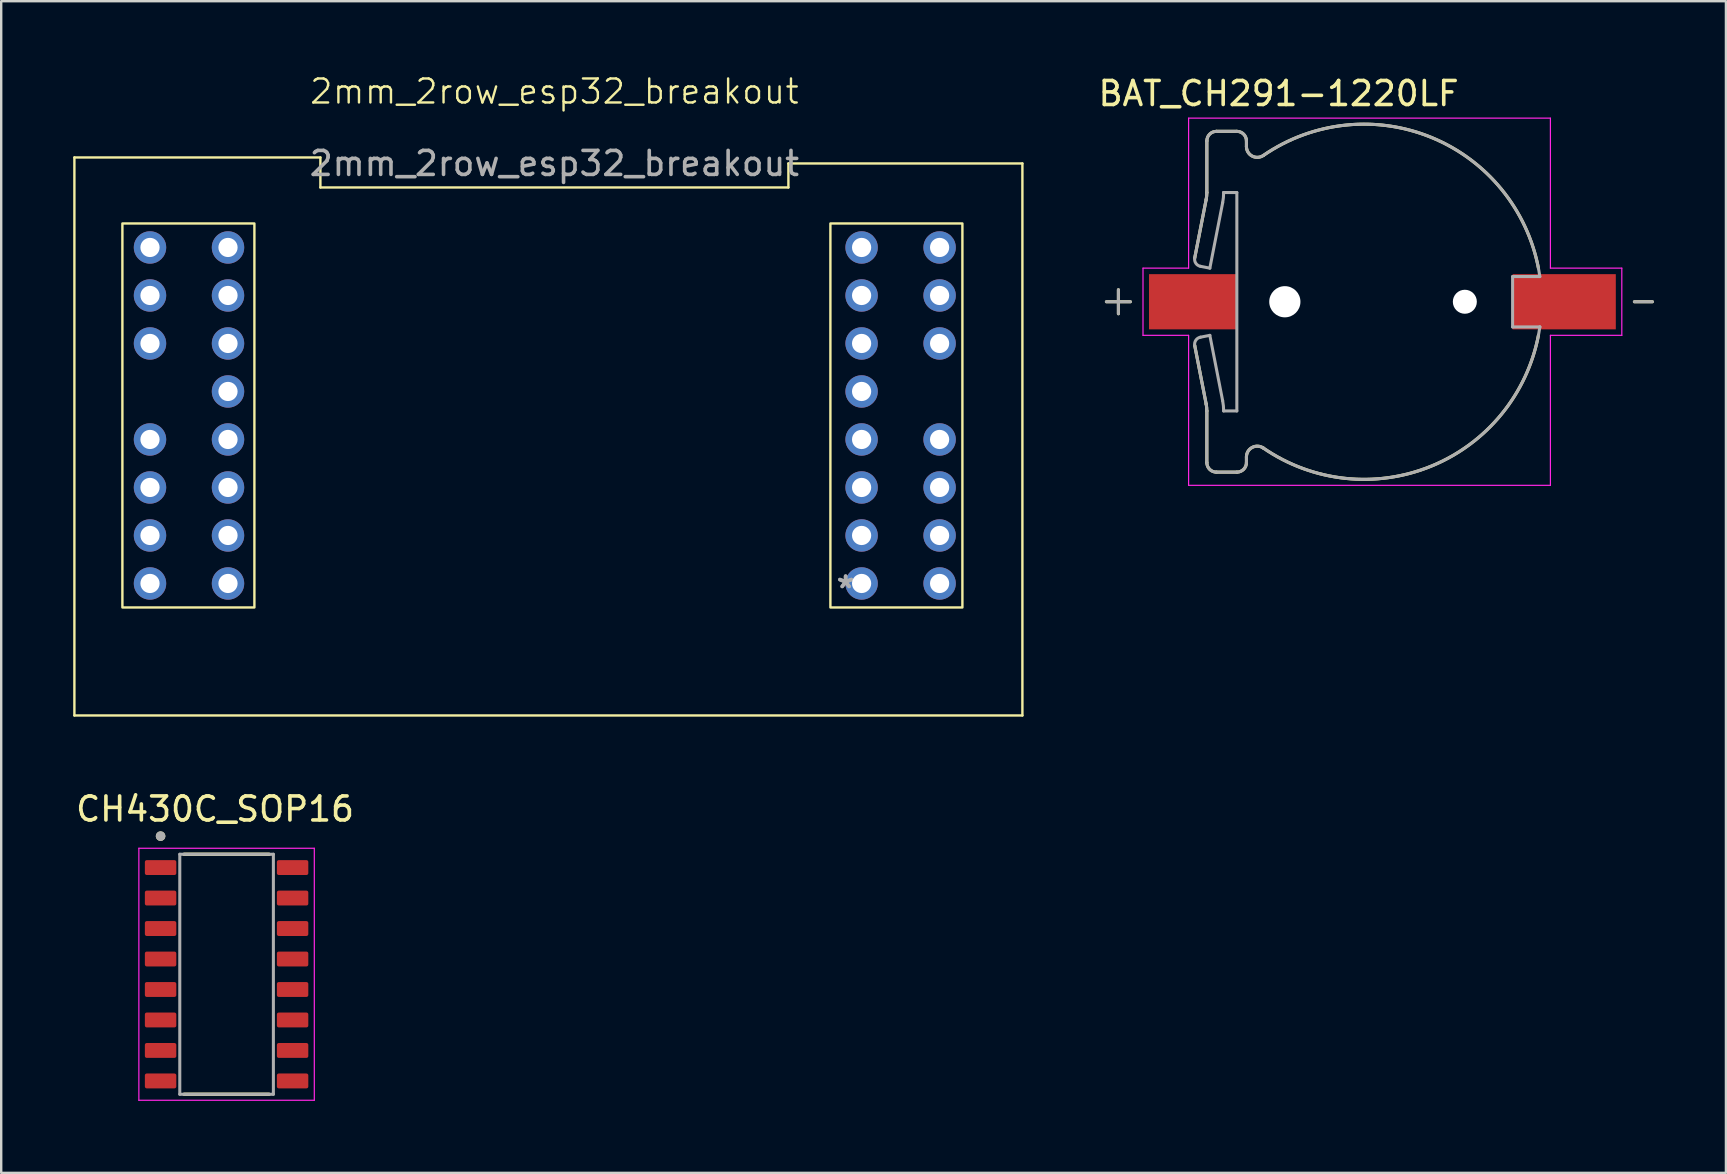
<source format=kicad_pcb>
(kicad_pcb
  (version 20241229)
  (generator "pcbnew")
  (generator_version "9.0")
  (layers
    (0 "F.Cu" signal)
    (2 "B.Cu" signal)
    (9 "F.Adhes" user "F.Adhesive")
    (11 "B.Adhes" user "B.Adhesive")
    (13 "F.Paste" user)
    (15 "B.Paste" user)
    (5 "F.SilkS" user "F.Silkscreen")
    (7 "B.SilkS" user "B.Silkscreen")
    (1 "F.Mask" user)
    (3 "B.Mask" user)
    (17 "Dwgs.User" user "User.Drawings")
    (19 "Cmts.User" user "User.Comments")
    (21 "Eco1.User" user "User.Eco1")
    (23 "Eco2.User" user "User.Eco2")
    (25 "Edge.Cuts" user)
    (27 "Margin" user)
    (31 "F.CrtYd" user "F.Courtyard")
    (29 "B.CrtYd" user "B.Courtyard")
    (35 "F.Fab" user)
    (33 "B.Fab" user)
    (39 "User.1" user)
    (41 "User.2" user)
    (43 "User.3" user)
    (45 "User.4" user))
  (footprint "BAT_CH291-1220LF"
    (layer "F.Cu")
    (at 54.55 9.523)
    (property "Reference" "BAT_CH291-1220LF" (at -4.325 -8.675 0) (layer "F.SilkS") (effects (font (size 1 1) (thickness 0.15))))
    (attr smd)
    (fp_line (start -11 -0.5) (end -11 0.5) (stroke (width 0.127) (type solid)) (layer "F.SilkS"))
    (fp_line (start -10.5 0) (end -11.5 0) (stroke (width 0.127) (type solid)) (layer "F.SilkS"))
    (fp_line (start -7.819 1.829) (end -7.343 4.262) (stroke (width 0.127) (type solid)) (layer "F.SilkS"))
    (fp_line (start -7.343 -4.262) (end -7.819 -1.829) (stroke (width 0.127) (type solid)) (layer "F.SilkS"))
    (fp_line (start -7.315 -6.7) (end -7.315 -4.55) (stroke (width 0.127) (type solid)) (layer "F.SilkS"))
    (fp_line (start -7.315 4.55) (end -7.315 6.7) (stroke (width 0.127) (type solid)) (layer "F.SilkS"))
    (fp_line (start -6.065 -7.1) (end -6.915 -7.1) (stroke (width 0.127) (type solid)) (layer "F.SilkS"))
    (fp_line (start -6.065 7.1) (end -6.915 7.1) (stroke (width 0.127) (type solid)) (layer "F.SilkS"))
    (fp_line (start -5.665 -6.7) (end -5.665 -6.467) (stroke (width 0.127) (type solid)) (layer "F.SilkS"))
    (fp_line (start -5.665 6.467) (end -5.665 6.7) (stroke (width 0.127) (type solid)) (layer "F.SilkS"))
    (fp_line (start 10.5 0) (end 11.25 0) (stroke (width 0.127) (type solid)) (layer "F.SilkS"))
    (fp_arc (start -7.34297 4.26171) (mid -7.32201 4.405178) (end -7.315 4.55) (stroke (width 0.127) (type solid)) (layer "F.SilkS"))
    (fp_arc (start -7.315 -6.7) (mid -7.197843 -6.982843) (end -6.915 -7.1) (stroke (width 0.127) (type solid)) (layer "F.SilkS"))
    (fp_arc (start -7.31499 -4.55) (mid -7.322 -4.405178) (end -7.34296 -4.26171) (stroke (width 0.127) (type solid)) (layer "F.SilkS"))
    (fp_arc (start -6.915 7.1) (mid -7.197843 6.982843) (end -7.315 6.7) (stroke (width 0.127) (type solid)) (layer "F.SilkS"))
    (fp_arc (start -6.065 -7.1) (mid -5.782157 -6.982843) (end -5.665 -6.7) (stroke (width 0.127) (type solid)) (layer "F.SilkS"))
    (fp_arc (start -5.665 6.46684) (mid -5.42441 6.068534) (end -4.9599 6.09613) (stroke (width 0.127) (type solid)) (layer "F.SilkS"))
    (fp_arc (start -5.665 6.7) (mid -5.782157 6.982843) (end -6.065 7.1) (stroke (width 0.127) (type solid)) (layer "F.SilkS"))
    (fp_arc (start -4.9599 -6.09613) (mid -5.42441 -6.068534) (end -5.665 -6.46684) (stroke (width 0.127) (type solid)) (layer "F.SilkS"))
    (fp_arc (start -4.9599 -6.09613) (mid 2.040681 -6.847477) (end 6.501359 -1.4) (stroke (width 0.127) (type solid)) (layer "F.SilkS"))
    (fp_arc (start 6.50136 1.4) (mid 2.040681 6.847478) (end -4.9599 6.09613) (stroke (width 0.127) (type solid)) (layer "F.SilkS"))
    (fp_line (start -9.975 -1.4) (end -8.075 -1.4) (stroke (width 0.05) (type solid)) (layer "F.CrtYd"))
    (fp_line (start -9.975 1.4) (end -9.975 -1.4) (stroke (width 0.05) (type solid)) (layer "F.CrtYd"))
    (fp_line (start -8.075 -7.65) (end 7 -7.65) (stroke (width 0.05) (type solid)) (layer "F.CrtYd"))
    (fp_line (start -8.075 -1.4) (end -8.075 -7.65) (stroke (width 0.05) (type solid)) (layer "F.CrtYd"))
    (fp_line (start -8.075 1.4) (end -9.975 1.4) (stroke (width 0.05) (type solid)) (layer "F.CrtYd"))
    (fp_line (start -8.075 7.65) (end -8.075 1.4) (stroke (width 0.05) (type solid)) (layer "F.CrtYd"))
    (fp_line (start 7 -7.65) (end 7 -1.4) (stroke (width 0.05) (type solid)) (layer "F.CrtYd"))
    (fp_line (start 7 -1.4) (end 9.975 -1.4) (stroke (width 0.05) (type solid)) (layer "F.CrtYd"))
    (fp_line (start 7 1.4) (end 7 7.65) (stroke (width 0.05) (type solid)) (layer "F.CrtYd"))
    (fp_line (start 7 7.65) (end -8.075 7.65) (stroke (width 0.05) (type solid)) (layer "F.CrtYd"))
    (fp_line (start 9.975 -1.4) (end 9.975 1.4) (stroke (width 0.05) (type solid)) (layer "F.CrtYd"))
    (fp_line (start 9.975 1.4) (end 7 1.4) (stroke (width 0.05) (type solid)) (layer "F.CrtYd"))
    (fp_line (start -11.5 0) (end -10.5 0) (stroke (width 0.127) (type solid)) (layer "F.Fab"))
    (fp_line (start -11 -0.5) (end -11 0.5) (stroke (width 0.127) (type solid)) (layer "F.Fab"))
    (fp_line (start -7.819 1.829) (end -7.343 4.262) (stroke (width 0.127) (type solid)) (layer "F.Fab"))
    (fp_line (start -7.583 -1.477) (end -7.19 -1.4) (stroke (width 0.127) (type solid)) (layer "F.Fab"))
    (fp_line (start -7.343 -4.262) (end -7.819 -1.829) (stroke (width 0.127) (type solid)) (layer "F.Fab"))
    (fp_line (start -7.315 -6.7) (end -7.315 -4.55) (stroke (width 0.127) (type solid)) (layer "F.Fab"))
    (fp_line (start -7.315 4.55) (end -7.315 6.7) (stroke (width 0.127) (type solid)) (layer "F.Fab"))
    (fp_line (start -7.19 -1.4) (end -6.656 -4.127) (stroke (width 0.127) (type solid)) (layer "F.Fab"))
    (fp_line (start -7.19 1.4) (end -7.583 1.477) (stroke (width 0.127) (type solid)) (layer "F.Fab"))
    (fp_line (start -6.656 4.127) (end -7.19 1.4) (stroke (width 0.127) (type solid)) (layer "F.Fab"))
    (fp_line (start -6.615 -4.55) (end -6.615 -4.55) (stroke (width 0.127) (type solid)) (layer "F.Fab"))
    (fp_line (start -6.615 -4.55) (end -6.065 -4.55) (stroke (width 0.127) (type solid)) (layer "F.Fab"))
    (fp_line (start -6.065 -7.1) (end -6.915 -7.1) (stroke (width 0.127) (type solid)) (layer "F.Fab"))
    (fp_line (start -6.065 -4.55) (end -6.065 4.55) (stroke (width 0.127) (type solid)) (layer "F.Fab"))
    (fp_line (start -6.065 4.55) (end -6.615 4.55) (stroke (width 0.127) (type solid)) (layer "F.Fab"))
    (fp_line (start -6.065 7.1) (end -6.915 7.1) (stroke (width 0.127) (type solid)) (layer "F.Fab"))
    (fp_line (start -5.665 -6.7) (end -5.665 -6.467) (stroke (width 0.127) (type solid)) (layer "F.Fab"))
    (fp_line (start -5.665 6.467) (end -5.665 6.7) (stroke (width 0.127) (type solid)) (layer "F.Fab"))
    (fp_line (start 5.425 -1.05) (end 5.425 1.05) (stroke (width 0.127) (type solid)) (layer "F.Fab"))
    (fp_line (start 5.425 1.05) (end 6.56 1.05) (stroke (width 0.127) (type solid)) (layer "F.Fab"))
    (fp_line (start 6.56 -1.05) (end 5.425 -1.05) (stroke (width 0.127) (type solid)) (layer "F.Fab"))
    (fp_line (start 6.56 1.05) (end 6.56 1.05) (stroke (width 0.127) (type solid)) (layer "F.Fab"))
    (fp_line (start 10.5 0) (end 11.25 0) (stroke (width 0.127) (type solid)) (layer "F.Fab"))
    (fp_arc (start -7.8194 1.82894) (mid -7.773943 1.603881) (end -7.58266 1.47688) (stroke (width 0.127) (type solid)) (layer "F.Fab"))
    (fp_arc (start -7.58266 -1.47687) (mid -7.77395 -1.603873) (end -7.81941 -1.82894) (stroke (width 0.127) (type solid)) (layer "F.Fab"))
    (fp_arc (start -7.34297 4.26171) (mid -7.32201 4.405178) (end -7.315 4.55) (stroke (width 0.127) (type solid)) (layer "F.Fab"))
    (fp_arc (start -7.315 -6.7) (mid -7.197843 -6.982843) (end -6.915 -7.1) (stroke (width 0.127) (type solid)) (layer "F.Fab"))
    (fp_arc (start -7.31499 -4.55) (mid -7.322 -4.405178) (end -7.34296 -4.26171) (stroke (width 0.127) (type solid)) (layer "F.Fab"))
    (fp_arc (start -6.915 7.1) (mid -7.197843 6.982843) (end -7.315 6.7) (stroke (width 0.127) (type solid)) (layer "F.Fab"))
    (fp_arc (start -6.65601 4.12718) (mid -6.625276 4.337598) (end -6.615 4.55) (stroke (width 0.127) (type solid)) (layer "F.Fab"))
    (fp_arc (start -6.615 -4.55) (mid -6.625276 -4.337598) (end -6.65601 -4.12718) (stroke (width 0.127) (type solid)) (layer "F.Fab"))
    (fp_arc (start -6.065 -7.1) (mid -5.782157 -6.982843) (end -5.665 -6.7) (stroke (width 0.127) (type solid)) (layer "F.Fab"))
    (fp_arc (start -5.665 6.46684) (mid -5.42441 6.068534) (end -4.9599 6.09613) (stroke (width 0.127) (type solid)) (layer "F.Fab"))
    (fp_arc (start -5.665 6.7) (mid -5.782157 6.982843) (end -6.065 7.1) (stroke (width 0.127) (type solid)) (layer "F.Fab"))
    (fp_arc (start -4.9599 -6.09613) (mid -5.42441 -6.068534) (end -5.665 -6.46684) (stroke (width 0.127) (type solid)) (layer "F.Fab"))
    (fp_arc (start -4.9599 -6.09613) (mid 2.204089 -6.778258) (end 6.56013 -1.05) (stroke (width 0.127) (type solid)) (layer "F.Fab"))
    (fp_arc (start 6.56013 1.05) (mid 2.204074 6.778225) (end -4.959901 6.09613) (stroke (width 0.127) (type solid)) (layer "F.Fab"))
    (pad "" np_thru_hole circle (at -4.065 0) (size 1.3 1.3) (drill 1.3) (layers "*.Cu" "*.Mask"))
    (pad "" np_thru_hole circle (at 3.435 0) (size 1 1) (drill 1) (layers "*.Cu" "*.Mask"))
    (pad "N" smd rect (at 7.575 0) (size 4.3 2.3) (layers "F.Cu" "F.Mask" "F.Paste"))
    (pad "P" smd rect (at -7.895 0) (size 3.66 2.3) (layers "F.Cu" "F.Mask" "F.Paste")))
  (footprint "2mm_2row_esp32_breakout"
    (layer "F.Cu")
    (at 19.65 14.261)
    (property "Reference" "2mm_2row_esp32_breakout" (at 0.4 -13.5 0) (unlocked yes) (layer "F.SilkS") (effects (font (size 1 1) (thickness 0.1))))
    (attr through_hole)
    (fp_line (start -19.6 -10.75) (end -19.6 12.5) (stroke (width 0.1) (type default)) (layer "F.SilkS"))
    (fp_line (start -19.6 -10.75) (end -9.35 -10.75) (stroke (width 0.1) (type default)) (layer "F.SilkS"))
    (fp_line (start -9.35 -10.75) (end -9.35 -9.5) (stroke (width 0.1) (type default)) (layer "F.SilkS"))
    (fp_line (start -9.35 -9.5) (end 10.15 -9.5) (stroke (width 0.1) (type default)) (layer "F.SilkS"))
    (fp_line (start 10.15 -10.5) (end 10.15 -9.5) (stroke (width 0.1) (type default)) (layer "F.SilkS"))
    (fp_line (start 10.15 -10.5) (end 19.9 -10.5) (stroke (width 0.1) (type default)) (layer "F.SilkS"))
    (fp_line (start 19.9 -10.5) (end 19.9 12.5) (stroke (width 0.1) (type default)) (layer "F.SilkS"))
    (fp_line (start 19.9 12.5) (end -19.6 12.5) (stroke (width 0.1) (type default)) (layer "F.SilkS"))
    (fp_rect (start -17.6 -8) (end -12.1 8) (stroke (width 0.1) (type default)) (fill no) (layer "F.SilkS"))
    (fp_rect (start 11.9 -8) (end 17.4 8) (stroke (width 0.1) (type default)) (fill no) (layer "F.SilkS"))
    (fp_text user "*" (at 12.534 7.24 0) (unlocked yes) (layer "F.Fab") (effects (font (size 1 1) (thickness 0.15))))
    (fp_text user "*" (at 12.534 7.24 0) (layer "F.Fab") (effects (font (size 1 1) (thickness 0.15))))
    (fp_text user "${REFERENCE}" (at 0.4 -10.5 0) (unlocked yes) (layer "F.Fab") (effects (font (size 1 1) (thickness 0.15))))
    (pad "1" thru_hole circle (at -16.45 -3) (size 1.35 1.35) (drill 0.8) (layers "*.Cu" "*.Mask"))
    (pad "2" thru_hole oval (at -16.45 -5) (size 1.35 1.35) (drill 0.8) (layers "*.Cu" "*.Mask"))
    (pad "3" thru_hole oval (at -16.45 -7) (size 1.35 1.35) (drill 0.8) (layers "*.Cu" "*.Mask"))
    (pad "4" thru_hole circle (at -13.2 -7) (size 1.35 1.35) (drill 0.8) (layers "*.Cu" "*.Mask"))
    (pad "5" thru_hole oval (at -13.2 -5) (size 1.35 1.35) (drill 0.8) (layers "*.Cu" "*.Mask"))
    (pad "6" thru_hole oval (at -13.2 -3) (size 1.35 1.35) (drill 0.8) (layers "*.Cu" "*.Mask"))
    (pad "7" thru_hole oval (at -13.2 -1) (size 1.35 1.35) (drill 0.8) (layers "*.Cu" "*.Mask"))
    (pad "8" thru_hole oval (at -13.2 1) (size 1.35 1.35) (drill 0.8) (layers "*.Cu" "*.Mask"))
    (pad "9" thru_hole oval (at -13.2 3) (size 1.35 1.35) (drill 0.8) (layers "*.Cu" "*.Mask"))
    (pad "10" thru_hole oval (at -13.2 5) (size 1.35 1.35) (drill 0.8) (layers "*.Cu" "*.Mask"))
    (pad "11" thru_hole oval (at -13.2 7) (size 1.35 1.35) (drill 0.8) (layers "*.Cu" "*.Mask"))
    (pad "12" thru_hole circle (at -16.45 7) (size 1.35 1.35) (drill 0.8) (layers "*.Cu" "*.Mask"))
    (pad "13" thru_hole oval (at -16.45 5) (size 1.35 1.35) (drill 0.8) (layers "*.Cu" "*.Mask"))
    (pad "14" thru_hole oval (at -16.45 3) (size 1.35 1.35) (drill 0.8) (layers "*.Cu" "*.Mask"))
    (pad "15" thru_hole oval (at -16.45 1) (size 1.35 1.35) (drill 0.8) (layers "*.Cu" "*.Mask"))
    (pad "16" thru_hole circle (at 16.45 -3) (size 1.35 1.35) (drill 0.8) (layers "*.Cu" "*.Mask"))
    (pad "17" thru_hole oval (at 16.45 -5) (size 1.35 1.35) (drill 0.8) (layers "*.Cu" "*.Mask"))
    (pad "18" thru_hole oval (at 16.45 -7) (size 1.35 1.35) (drill 0.8) (layers "*.Cu" "*.Mask"))
    (pad "19" thru_hole circle (at 13.2 -7) (size 1.35 1.35) (drill 0.8) (layers "*.Cu" "*.Mask"))
    (pad "20" thru_hole oval (at 13.2 -5) (size 1.35 1.35) (drill 0.8) (layers "*.Cu" "*.Mask"))
    (pad "21" thru_hole oval (at 13.2 -3) (size 1.35 1.35) (drill 0.8) (layers "*.Cu" "*.Mask"))
    (pad "22" thru_hole oval (at 13.2 -1) (size 1.35 1.35) (drill 0.8) (layers "*.Cu" "*.Mask"))
    (pad "23" thru_hole oval (at 13.2 1) (size 1.35 1.35) (drill 0.8) (layers "*.Cu" "*.Mask"))
    (pad "24" thru_hole oval (at 13.2 3) (size 1.35 1.35) (drill 0.8) (layers "*.Cu" "*.Mask"))
    (pad "25" thru_hole oval (at 13.2 5) (size 1.35 1.35) (drill 0.8) (layers "*.Cu" "*.Mask"))
    (pad "26" thru_hole oval (at 13.2 7) (size 1.35 1.35) (drill 0.8) (layers "*.Cu" "*.Mask"))
    (pad "27" thru_hole circle (at 16.45 7) (size 1.35 1.35) (drill 0.8) (layers "*.Cu" "*.Mask"))
    (pad "28" thru_hole oval (at 16.45 5) (size 1.35 1.35) (drill 0.8) (layers "*.Cu" "*.Mask"))
    (pad "29" thru_hole oval (at 16.45 3) (size 1.35 1.35) (drill 0.8) (layers "*.Cu" "*.Mask"))
    (pad "30" thru_hole oval (at 16.45 1) (size 1.35 1.35) (drill 0.8) (layers "*.Cu" "*.Mask")))
  (footprint "CH430C_SOP16"
    (layer "F.Cu")
    (at 6.391 37.544)
    (property "Reference" "CH430C_SOP16" (at -0.48 -6.885 0) (layer "F.SilkS") (effects (font (size 1 1) (thickness 0.15))))
    (attr smd)
    (fp_line (start -1.775 -5) (end 1.775 -5) (stroke (width 0.127) (type solid)) (layer "F.SilkS"))
    (fp_line (start -1.775 -5) (end 1.775 -5) (stroke (width 0.127) (type solid)) (layer "F.SilkS"))
    (fp_line (start -1.775 5) (end 1.775 5) (stroke (width 0.127) (type solid)) (layer "F.SilkS"))
    (fp_line (start -1.775 5) (end 1.775 5) (stroke (width 0.127) (type solid)) (layer "F.SilkS"))
    (fp_circle (center -2.75 -5.755) (end -2.65 -5.755) (stroke (width 0.2) (type solid)) (fill no) (layer "F.SilkS"))
    (fp_line (start -3.655 -5.25) (end -3.655 5.25) (stroke (width 0.05) (type solid)) (layer "F.CrtYd"))
    (fp_line (start -3.655 5.25) (end 3.655 5.25) (stroke (width 0.05) (type solid)) (layer "F.CrtYd"))
    (fp_line (start 3.655 -5.25) (end -3.655 -5.25) (stroke (width 0.05) (type solid)) (layer "F.CrtYd"))
    (fp_line (start 3.655 5.25) (end 3.655 -5.25) (stroke (width 0.05) (type solid)) (layer "F.CrtYd"))
    (fp_line (start -1.95 -5) (end -1.95 5) (stroke (width 0.127) (type solid)) (layer "F.Fab"))
    (fp_line (start -1.95 -5) (end 1.95 -5) (stroke (width 0.127) (type solid)) (layer "F.Fab"))
    (fp_line (start -1.95 5) (end 1.95 5) (stroke (width 0.127) (type solid)) (layer "F.Fab"))
    (fp_line (start 1.95 -5) (end 1.95 5) (stroke (width 0.127) (type solid)) (layer "F.Fab"))
    (fp_circle (center -2.75 -5.755) (end -2.65 -5.755) (stroke (width 0.2) (type solid)) (fill no) (layer "F.Fab"))
    (pad "1" smd roundrect (at -2.75 -4.445) (size 1.31 0.62) (layers "F.Cu" "F.Mask" "F.Paste") (roundrect_rratio 0.125))
    (pad "2" smd roundrect (at -2.75 -3.175) (size 1.31 0.62) (layers "F.Cu" "F.Mask" "F.Paste") (roundrect_rratio 0.125))
    (pad "3" smd roundrect (at -2.75 -1.905) (size 1.31 0.62) (layers "F.Cu" "F.Mask" "F.Paste") (roundrect_rratio 0.125))
    (pad "4" smd roundrect (at -2.75 -0.635) (size 1.31 0.62) (layers "F.Cu" "F.Mask" "F.Paste") (roundrect_rratio 0.125))
    (pad "5" smd roundrect (at -2.75 0.635) (size 1.31 0.62) (layers "F.Cu" "F.Mask" "F.Paste") (roundrect_rratio 0.125))
    (pad "6" smd roundrect (at -2.75 1.905) (size 1.31 0.62) (layers "F.Cu" "F.Mask" "F.Paste") (roundrect_rratio 0.125))
    (pad "7" smd roundrect (at -2.75 3.175) (size 1.31 0.62) (layers "F.Cu" "F.Mask" "F.Paste") (roundrect_rratio 0.125))
    (pad "8" smd roundrect (at -2.75 4.445) (size 1.31 0.62) (layers "F.Cu" "F.Mask" "F.Paste") (roundrect_rratio 0.125))
    (pad "9" smd roundrect (at 2.75 4.445) (size 1.31 0.62) (layers "F.Cu" "F.Mask" "F.Paste") (roundrect_rratio 0.125))
    (pad "10" smd roundrect (at 2.75 3.175) (size 1.31 0.62) (layers "F.Cu" "F.Mask" "F.Paste") (roundrect_rratio 0.125))
    (pad "11" smd roundrect (at 2.75 1.905) (size 1.31 0.62) (layers "F.Cu" "F.Mask" "F.Paste") (roundrect_rratio 0.125))
    (pad "12" smd roundrect (at 2.75 0.635) (size 1.31 0.62) (layers "F.Cu" "F.Mask" "F.Paste") (roundrect_rratio 0.125))
    (pad "13" smd roundrect (at 2.75 -0.635) (size 1.31 0.62) (layers "F.Cu" "F.Mask" "F.Paste") (roundrect_rratio 0.125))
    (pad "14" smd roundrect (at 2.75 -1.905) (size 1.31 0.62) (layers "F.Cu" "F.Mask" "F.Paste") (roundrect_rratio 0.125))
    (pad "15" smd roundrect (at 2.75 -3.175) (size 1.31 0.62) (layers "F.Cu" "F.Mask" "F.Paste") (roundrect_rratio 0.125))
    (pad "16" smd roundrect (at 2.75 -4.445) (size 1.31 0.62) (layers "F.Cu" "F.Mask" "F.Paste") (roundrect_rratio 0.125)))
  (gr_rect
    (start -3 -3)
    (end 68.864 45.819)
    (stroke (width 0.1) (type default))
    (fill no)
    (layer "Edge.Cuts")))
</source>
